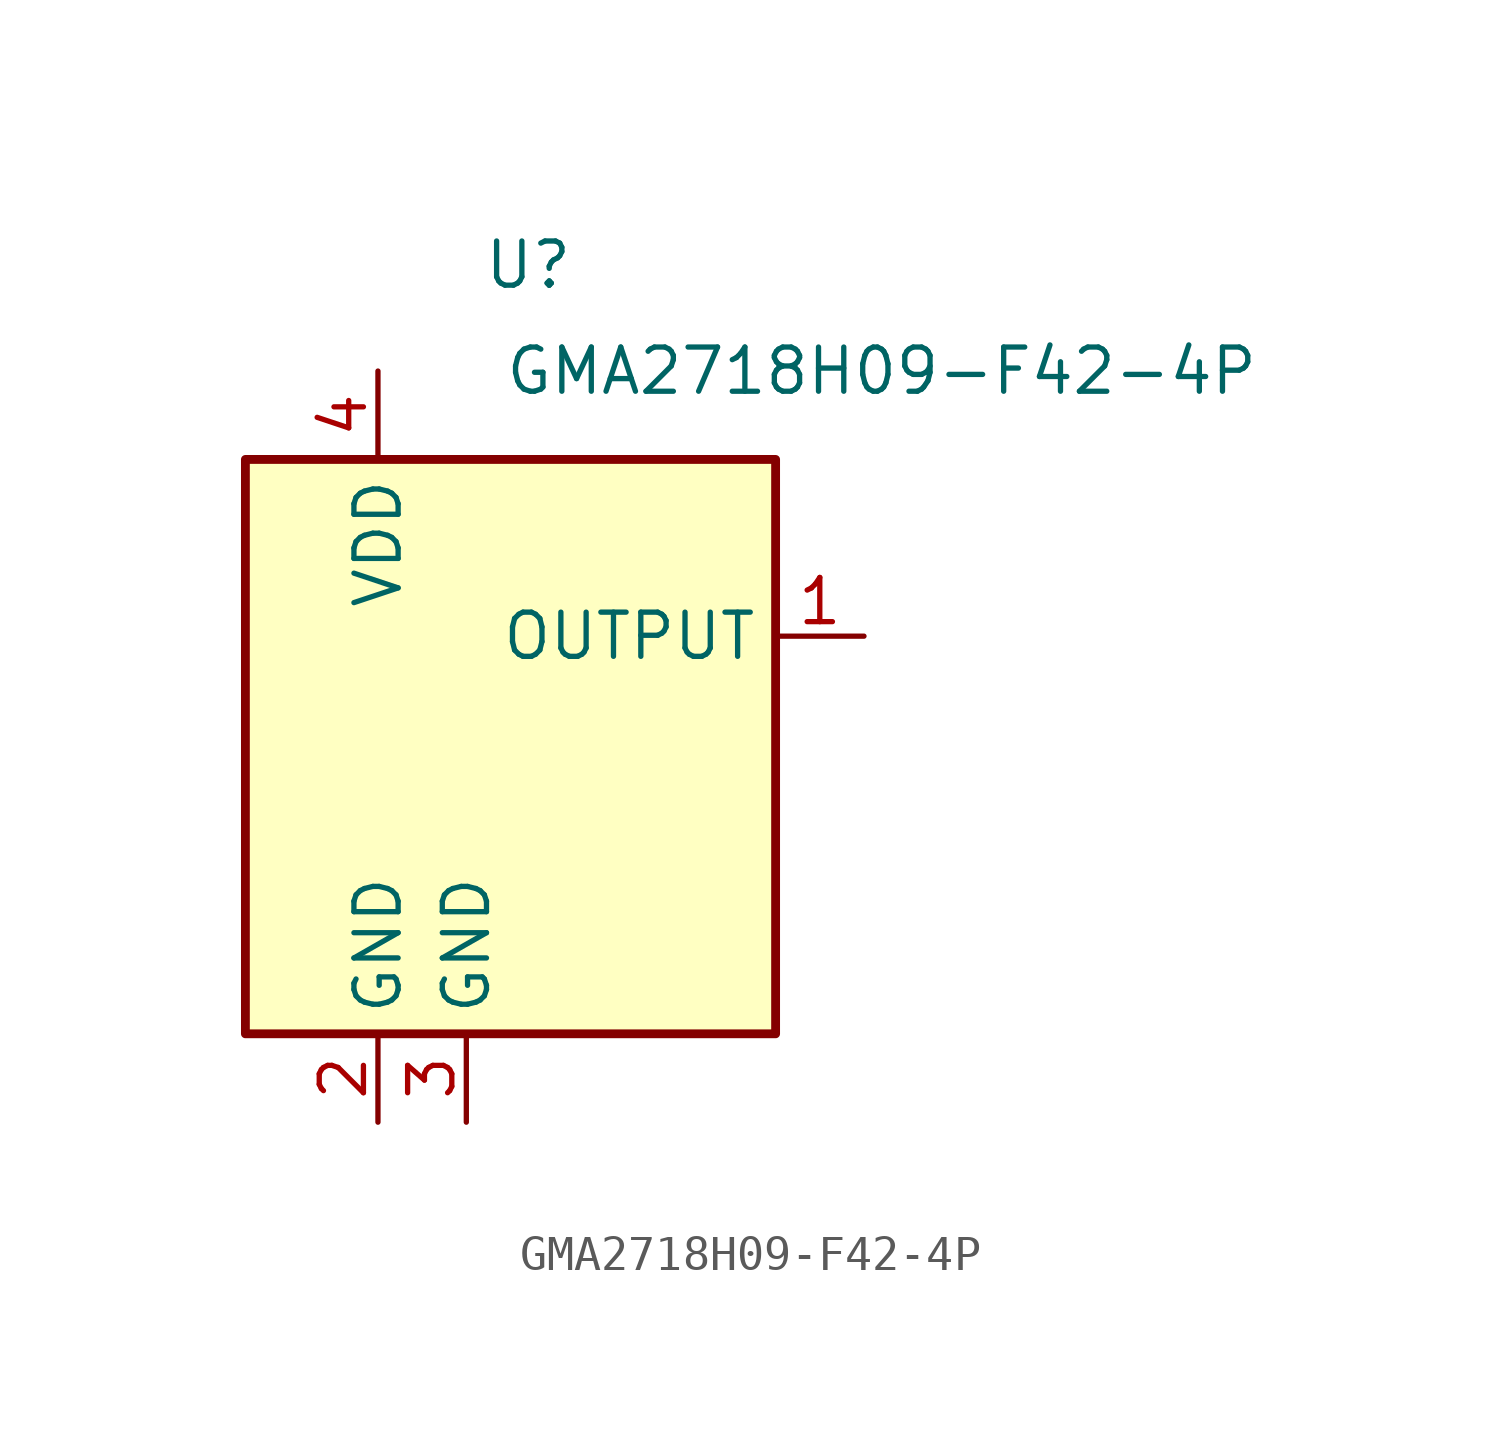
<source format=kicad_sym>
(kicad_symbol_lib
  (version 20241209)
  (generator "kicad_symbol_editor")
  (generator_version "9.0")
  (symbol "GMA2718H09-F42-4P"
    (property "Reference" "U"
      (at 0.508 13.208 0)
      (effects (font (size 1.27 1.27))))
    (property "Value" "GMA2718H09-F42-4P"
      (at 10.668 10.16 0)
      (effects (font (size 1.27 1.27))))
    (symbol "GMA2718H09-F42-4P_1_0"
      (pin power_in line (at -3.81 10.16 270) (length 2.54) (name "VDD" (effects (font (size 1.27 1.27)))) (number "4" (effects (font (size 1.27 1.27)))))
      (pin power_in line (at -3.81 -11.43 90) (length 2.54) (name "GND" (effects (font (size 1.27 1.27)))) (number "2" (effects (font (size 1.27 1.27)))))
      (pin power_in line (at -1.27 -11.43 90) (length 2.54) (name "GND" (effects (font (size 1.27 1.27)))) (number "3" (effects (font (size 1.27 1.27)))))
      (pin output line (at 10.16 2.54 180) (length 2.54) (name "OUTPUT" (effects (font (size 1.27 1.27)))) (number "1" (effects (font (size 1.27 1.27))))))
    (symbol "GMA2718H09-F42-4P_1_1"
      (rectangle (start -7.62 7.62) (end 7.62 -8.89) (stroke (width 0.254) (type default)) (fill (type background))))))
</source>
